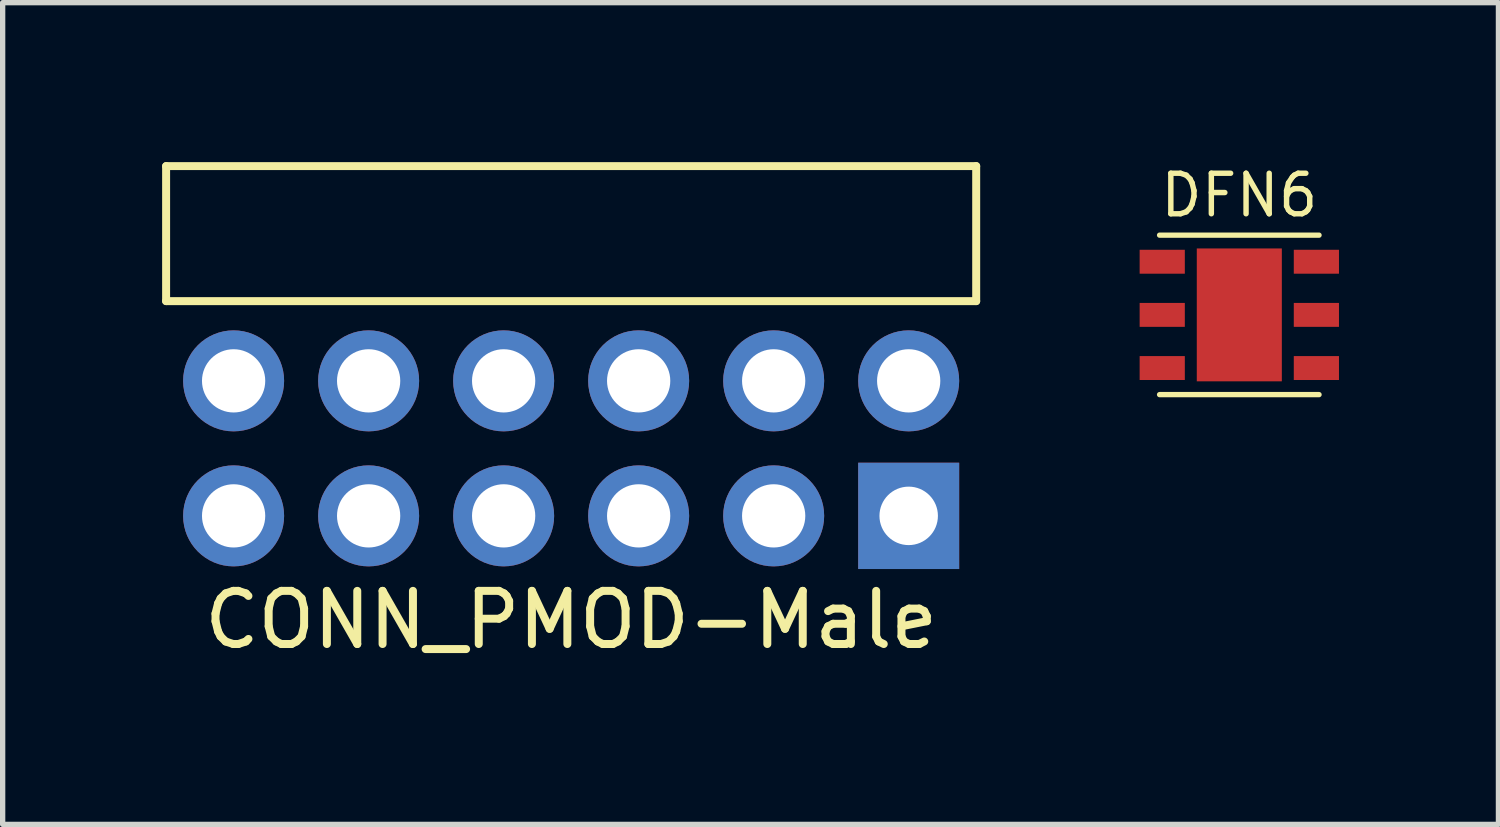
<source format=kicad_pcb>
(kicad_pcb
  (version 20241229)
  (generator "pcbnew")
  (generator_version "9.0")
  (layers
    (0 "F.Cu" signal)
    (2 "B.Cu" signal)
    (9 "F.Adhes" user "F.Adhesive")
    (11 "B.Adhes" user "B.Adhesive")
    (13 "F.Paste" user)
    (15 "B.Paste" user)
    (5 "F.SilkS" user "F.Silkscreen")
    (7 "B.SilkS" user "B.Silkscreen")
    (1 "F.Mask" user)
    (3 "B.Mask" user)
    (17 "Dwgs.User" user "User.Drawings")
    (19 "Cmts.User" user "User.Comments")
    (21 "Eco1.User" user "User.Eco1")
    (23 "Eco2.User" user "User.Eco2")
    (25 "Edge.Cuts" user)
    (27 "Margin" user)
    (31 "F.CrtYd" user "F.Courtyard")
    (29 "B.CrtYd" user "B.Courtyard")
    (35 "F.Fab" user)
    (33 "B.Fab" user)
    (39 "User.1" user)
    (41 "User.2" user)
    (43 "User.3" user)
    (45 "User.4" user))
  (footprint "DFN6"
    (layer "F.Cu")
    (at 20.265 2.874)
    (property "Reference" "DFN6" (at 0 -2.25 0) (unlocked yes) (layer "F.SilkS") (effects (font (size 0.762 0.762) (thickness 0.102))))
    (attr smd)
    (fp_line (start -1.5 -1.5) (end 1.5 -1.5) (stroke (width 0.1) (type solid)) (layer "F.SilkS"))
    (fp_line (start -1.5 1.5) (end 1.5 1.5) (stroke (width 0.1) (type solid)) (layer "F.SilkS"))
    (pad "1" smd rect (at -1.45 -1) (size 0.85 0.45) (layers "F.Cu" "F.Mask" "F.Paste"))
    (pad "2" smd rect (at -1.45 0) (size 0.85 0.45) (layers "F.Cu" "F.Mask" "F.Paste"))
    (pad "3" smd rect (at -1.45 1) (size 0.85 0.45) (layers "F.Cu" "F.Mask" "F.Paste"))
    (pad "4" smd rect (at 1.45 1) (size 0.85 0.45) (layers "F.Cu" "F.Mask" "F.Paste"))
    (pad "5" smd rect (at 1.45 0) (size 0.85 0.45) (layers "F.Cu" "F.Mask" "F.Paste"))
    (pad "6" smd rect (at 1.45 -1) (size 0.85 0.45) (layers "F.Cu" "F.Mask" "F.Paste"))
    (pad "PAD" smd rect (at 0 0) (size 1.6 2.5) (layers "F.Cu" "F.Mask" "F.Paste")))
  (footprint "CONN_PMOD-Male"
    (layer "F.Cu")
    (at 7.695 4.115)
    (property "Reference" "CONN_PMOD-Male" (at 0 4.496 0) (layer "F.SilkS") (effects (font (size 1 1) (thickness 0.15))))
    (attr through_hole)
    (fp_line (start -7.62 -1.5) (end -7.62 -4.04) (stroke (width 0.15) (type solid)) (layer "F.SilkS"))
    (fp_line (start -7.62 -1.5) (end 7.62 -1.5) (stroke (width 0.15) (type solid)) (layer "F.SilkS"))
    (fp_line (start 7.62 -4.04) (end -7.62 -4.04) (stroke (width 0.15) (type solid)) (layer "F.SilkS"))
    (fp_line (start 7.62 -1.5) (end 7.62 -4.04) (stroke (width 0.15) (type solid)) (layer "F.SilkS"))
    (pad "1" thru_hole rect (at 6.35 2.54) (size 1.9 2) (drill 1.1) (layers "*.Cu" "*.Mask"))
    (pad "2" thru_hole circle (at 3.81 2.54) (size 1.9 1.9) (drill 1.19) (layers "*.Cu" "*.Mask"))
    (pad "3" thru_hole circle (at 1.27 2.54) (size 1.9 1.9) (drill 1.19) (layers "*.Cu" "*.Mask"))
    (pad "4" thru_hole circle (at -1.27 2.54) (size 1.9 1.9) (drill 1.19) (layers "*.Cu" "*.Mask"))
    (pad "5" thru_hole circle (at -3.81 2.54) (size 1.9 1.9) (drill 1.19) (layers "*.Cu" "*.Mask"))
    (pad "6" thru_hole circle (at -6.35 2.54) (size 1.9 1.9) (drill 1.19) (layers "*.Cu" "*.Mask"))
    (pad "7" thru_hole circle (at 6.35 0) (size 1.9 1.9) (drill 1.19) (layers "*.Cu" "*.Mask"))
    (pad "8" thru_hole circle (at 3.81 0) (size 1.9 1.9) (drill 1.19) (layers "*.Cu" "*.Mask"))
    (pad "9" thru_hole circle (at 1.27 0) (size 1.9 1.9) (drill 1.19) (layers "*.Cu" "*.Mask"))
    (pad "10" thru_hole circle (at -1.27 0) (size 1.9 1.9) (drill 1.19) (layers "*.Cu" "*.Mask"))
    (pad "11" thru_hole circle (at -3.81 0) (size 1.9 1.9) (drill 1.19) (layers "*.Cu" "*.Mask"))
    (pad "12" thru_hole circle (at -6.35 0) (size 1.9 1.9) (drill 1.19) (layers "*.Cu" "*.Mask")))
  (gr_rect
    (start -3 -3)
    (end 25.14 12.459)
    (stroke (width 0.1) (type default))
    (fill no)
    (layer "Edge.Cuts")))
</source>
